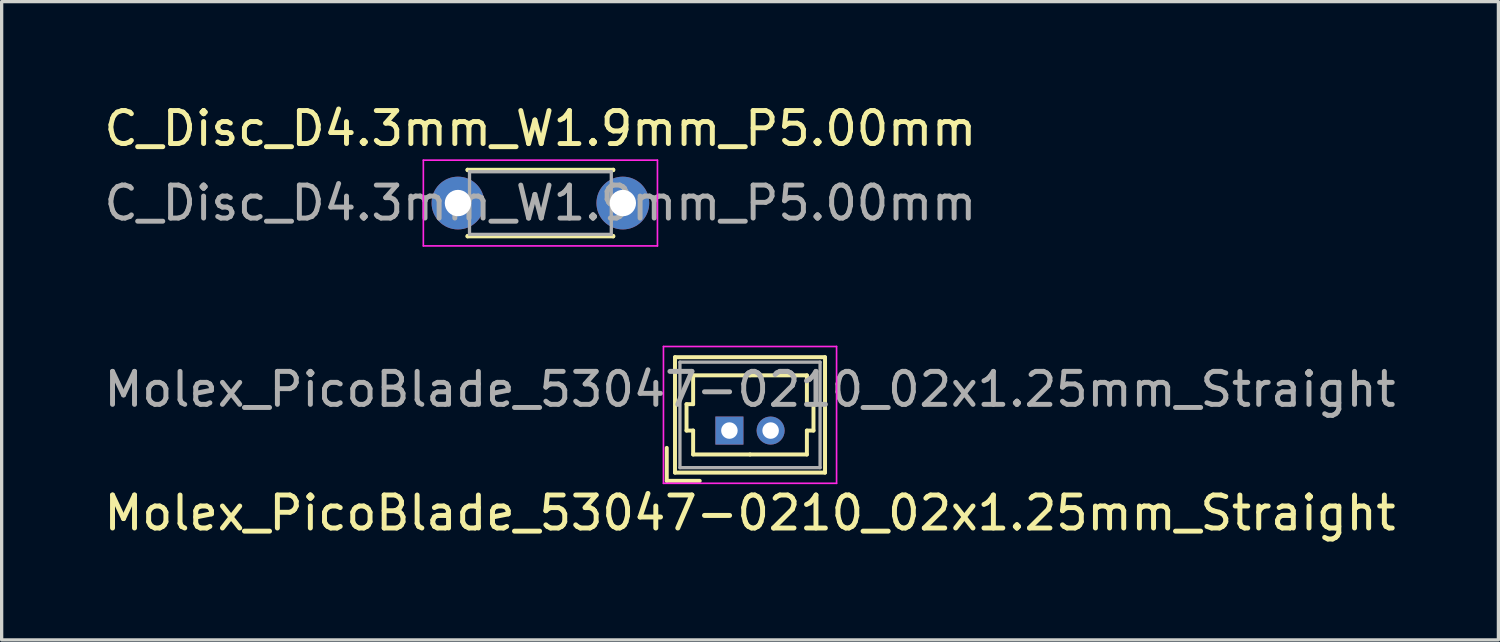
<source format=kicad_pcb>
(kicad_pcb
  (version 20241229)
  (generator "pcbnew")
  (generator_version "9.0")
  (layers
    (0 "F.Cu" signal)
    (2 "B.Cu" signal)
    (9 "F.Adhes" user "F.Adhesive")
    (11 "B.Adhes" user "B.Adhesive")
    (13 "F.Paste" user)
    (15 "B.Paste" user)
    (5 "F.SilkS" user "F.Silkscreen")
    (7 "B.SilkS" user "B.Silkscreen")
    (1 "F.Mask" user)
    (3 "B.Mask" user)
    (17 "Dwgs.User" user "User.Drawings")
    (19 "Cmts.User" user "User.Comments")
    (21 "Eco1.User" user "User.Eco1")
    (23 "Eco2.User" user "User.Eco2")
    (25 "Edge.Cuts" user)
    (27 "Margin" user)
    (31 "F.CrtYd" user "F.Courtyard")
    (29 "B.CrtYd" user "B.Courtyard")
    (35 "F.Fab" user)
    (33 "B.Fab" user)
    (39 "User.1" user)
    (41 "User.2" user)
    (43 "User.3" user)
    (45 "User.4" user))
  (footprint "Molex_PicoBlade_53047-0210_02x1.25mm_Straight"
    (layer "F.Cu")
    (at 19.071 10.008)
    (property "Reference" "Molex_PicoBlade_53047-0210_02x1.25mm_Straight" (at 0.625 2.5 0) (layer "F.SilkS") (effects (font (size 1 1) (thickness 0.15))))
    (attr through_hole)
    (fp_line (start -1.9 1.525) (end -1.9 0.525) (stroke (width 0.12) (type solid)) (layer "F.SilkS"))
    (fp_line (start -1.9 1.525) (end -0.9 1.525) (stroke (width 0.12) (type solid)) (layer "F.SilkS"))
    (fp_line (start -1.65 -2.225) (end -1.65 1.275) (stroke (width 0.12) (type solid)) (layer "F.SilkS"))
    (fp_line (start -1.65 1.275) (end 2.9 1.275) (stroke (width 0.12) (type solid)) (layer "F.SilkS"))
    (fp_line (start -1.3 -0.8) (end -1.1 -0.8) (stroke (width 0.12) (type solid)) (layer "F.SilkS"))
    (fp_line (start -1.3 0) (end -1.3 -0.8) (stroke (width 0.12) (type solid)) (layer "F.SilkS"))
    (fp_line (start -1.1 -1.675) (end 0.625 -1.675) (stroke (width 0.12) (type solid)) (layer "F.SilkS"))
    (fp_line (start -1.1 -0.8) (end -1.1 -1.675) (stroke (width 0.12) (type solid)) (layer "F.SilkS"))
    (fp_line (start -1.1 0) (end -1.3 0) (stroke (width 0.12) (type solid)) (layer "F.SilkS"))
    (fp_line (start -1.1 0.725) (end -1.1 0) (stroke (width 0.12) (type solid)) (layer "F.SilkS"))
    (fp_line (start 0.625 0.725) (end -1.1 0.725) (stroke (width 0.12) (type solid)) (layer "F.SilkS"))
    (fp_line (start 0.625 0.725) (end 2.35 0.725) (stroke (width 0.12) (type solid)) (layer "F.SilkS"))
    (fp_line (start 2.35 -1.675) (end 0.625 -1.675) (stroke (width 0.12) (type solid)) (layer "F.SilkS"))
    (fp_line (start 2.35 -0.8) (end 2.35 -1.675) (stroke (width 0.12) (type solid)) (layer "F.SilkS"))
    (fp_line (start 2.35 0) (end 2.55 0) (stroke (width 0.12) (type solid)) (layer "F.SilkS"))
    (fp_line (start 2.35 0.725) (end 2.35 0) (stroke (width 0.12) (type solid)) (layer "F.SilkS"))
    (fp_line (start 2.55 -0.8) (end 2.35 -0.8) (stroke (width 0.12) (type solid)) (layer "F.SilkS"))
    (fp_line (start 2.55 0) (end 2.55 -0.8) (stroke (width 0.12) (type solid)) (layer "F.SilkS"))
    (fp_line (start 2.9 -2.225) (end -1.65 -2.225) (stroke (width 0.12) (type solid)) (layer "F.SilkS"))
    (fp_line (start 2.9 1.275) (end 2.9 -2.225) (stroke (width 0.12) (type solid)) (layer "F.SilkS"))
    (fp_line (start -2 -2.55) (end -2 1.6) (stroke (width 0.05) (type solid)) (layer "F.CrtYd"))
    (fp_line (start -2 1.6) (end 3.25 1.6) (stroke (width 0.05) (type solid)) (layer "F.CrtYd"))
    (fp_line (start 3.25 -2.55) (end -2 -2.55) (stroke (width 0.05) (type solid)) (layer "F.CrtYd"))
    (fp_line (start 3.25 1.6) (end 3.25 -2.55) (stroke (width 0.05) (type solid)) (layer "F.CrtYd"))
    (fp_line (start -1.5 -2.075) (end -1.5 1.125) (stroke (width 0.1) (type solid)) (layer "F.Fab"))
    (fp_line (start -1.5 1.125) (end 2.75 1.125) (stroke (width 0.1) (type solid)) (layer "F.Fab"))
    (fp_line (start 2.75 -2.075) (end -1.5 -2.075) (stroke (width 0.1) (type solid)) (layer "F.Fab"))
    (fp_line (start 2.75 1.125) (end 2.75 -2.075) (stroke (width 0.1) (type solid)) (layer "F.Fab"))
    (fp_text user "${REFERENCE}" (at 0.625 -1.25 0) (layer "F.Fab") (effects (font (size 1 1) (thickness 0.15))))
    (pad "1" thru_hole rect (at 0 0) (size 0.85 0.85) (drill 0.5) (layers "*.Cu" "*.Mask"))
    (pad "2" thru_hole circle (at 1.25 0) (size 0.85 0.85) (drill 0.5) (layers "*.Cu" "*.Mask")))
  (footprint "C_Disc_D4.3mm_W1.9mm_P5.00mm"
    (layer "F.Cu")
    (at 10.839 3.108)
    (property "Reference" "C_Disc_D4.3mm_W1.9mm_P5.00mm" (at 2.5 -2.26 0) (layer "F.SilkS") (effects (font (size 1 1) (thickness 0.15))))
    (attr through_hole)
    (fp_line (start 0.29 -1.01) (end 0.29 -0.996) (stroke (width 0.12) (type solid)) (layer "F.SilkS"))
    (fp_line (start 0.29 -1.01) (end 4.71 -1.01) (stroke (width 0.12) (type solid)) (layer "F.SilkS"))
    (fp_line (start 0.29 0.996) (end 0.29 1.01) (stroke (width 0.12) (type solid)) (layer "F.SilkS"))
    (fp_line (start 0.29 1.01) (end 4.71 1.01) (stroke (width 0.12) (type solid)) (layer "F.SilkS"))
    (fp_line (start 4.71 -1.01) (end 4.71 -0.996) (stroke (width 0.12) (type solid)) (layer "F.SilkS"))
    (fp_line (start 4.71 0.996) (end 4.71 1.01) (stroke (width 0.12) (type solid)) (layer "F.SilkS"))
    (fp_line (start -1.05 -1.3) (end -1.05 1.3) (stroke (width 0.05) (type solid)) (layer "F.CrtYd"))
    (fp_line (start -1.05 1.3) (end 6.05 1.3) (stroke (width 0.05) (type solid)) (layer "F.CrtYd"))
    (fp_line (start 6.05 -1.3) (end -1.05 -1.3) (stroke (width 0.05) (type solid)) (layer "F.CrtYd"))
    (fp_line (start 6.05 1.3) (end 6.05 -1.3) (stroke (width 0.05) (type solid)) (layer "F.CrtYd"))
    (fp_line (start 0.35 -0.95) (end 0.35 0.95) (stroke (width 0.1) (type solid)) (layer "F.Fab"))
    (fp_line (start 0.35 0.95) (end 4.65 0.95) (stroke (width 0.1) (type solid)) (layer "F.Fab"))
    (fp_line (start 4.65 -0.95) (end 0.35 -0.95) (stroke (width 0.1) (type solid)) (layer "F.Fab"))
    (fp_line (start 4.65 0.95) (end 4.65 -0.95) (stroke (width 0.1) (type solid)) (layer "F.Fab"))
    (fp_text user "${REFERENCE}" (at 2.5 0 0) (layer "F.Fab") (effects (font (size 1 1) (thickness 0.15))))
    (pad "1" thru_hole circle (at 0 0) (size 1.6 1.6) (drill 0.8) (layers "*.Cu" "*.Mask"))
    (pad "2" thru_hole circle (at 5 0) (size 1.6 1.6) (drill 0.8) (layers "*.Cu" "*.Mask")))
  (gr_rect
    (start -3 -3)
    (end 42.393 16.357)
    (stroke (width 0.1) (type default))
    (fill no)
    (layer "Edge.Cuts")))
</source>
